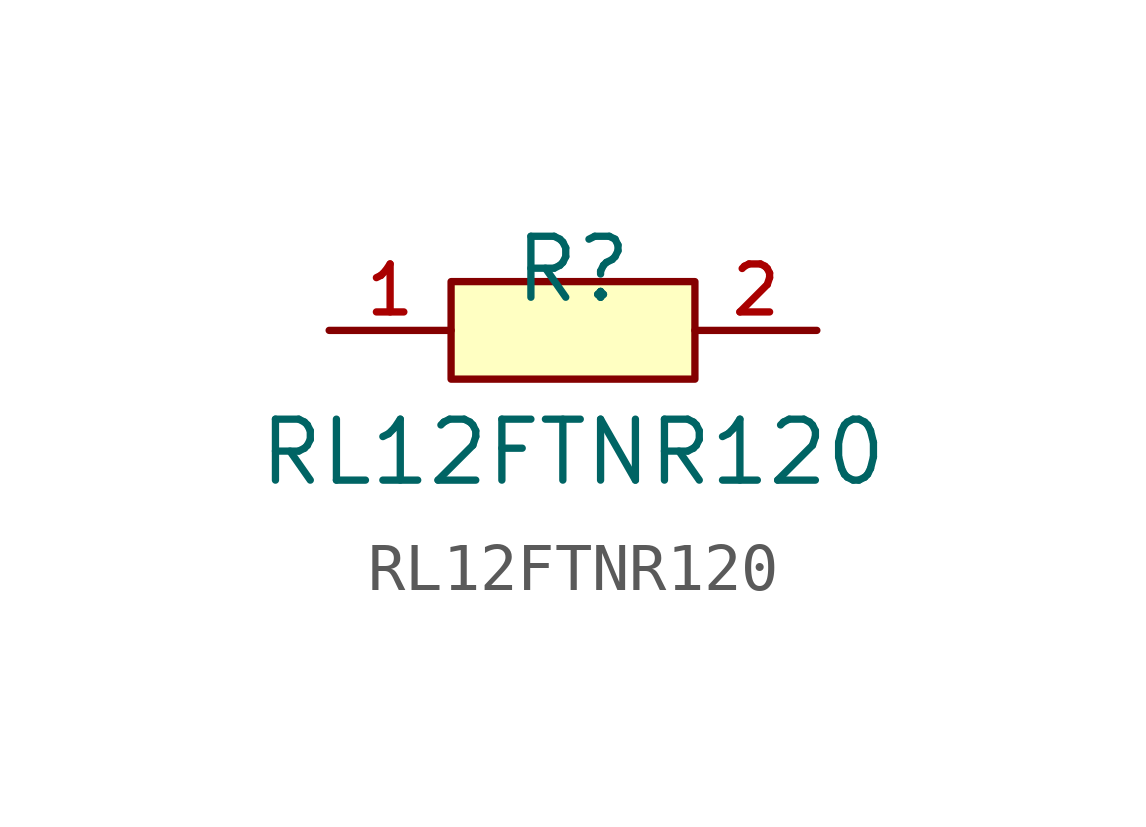
<source format=kicad_sym>
(kicad_symbol_lib
  (version 20210201)
  (generator TousstNicolas/JLC2KiCad_lib)
  (symbol "RL12FTNR120"
    (pin_names hide)
    (property "Reference" "R"
      (at 0 1.27 0)
      (effects (font (size 1.27 1.27))))
    (property "Value" "RL12FTNR120"
      (at 0 -2.54 0)
      (effects (font (size 1.27 1.27))))
    (symbol "RL12FTNR120_0_1"
      (rectangle (start -2.54 1.016) (end 2.54 -1.016) (stroke (width 0) (type default) (color 0 0 0 0)) (fill (type background)))
      (pin unspecified line (at -5.08 -0.0 0) (length 2.54) (name "1" (effects (font (size 1 1)))) (number "1" (effects (font (size 1 1)))))
      (pin unspecified line (at 5.08 -0.0 180) (length 2.54) (name "2" (effects (font (size 1 1)))) (number "2" (effects (font (size 1 1))))))))
</source>
